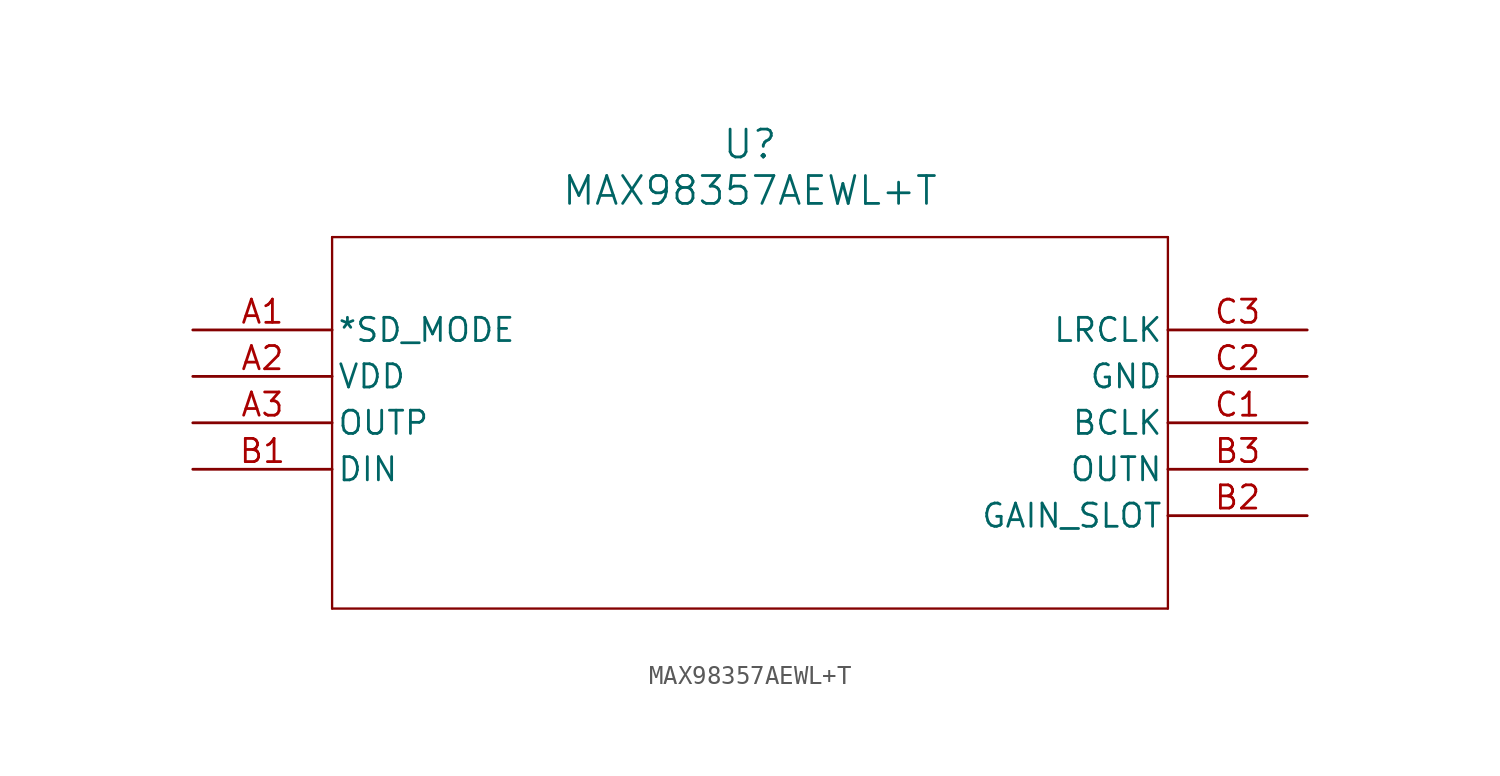
<source format=kicad_sym>
(kicad_symbol_lib
  (version 20211014)
  (generator kicad_symbol_editor)
  (symbol "MAX98357AEWL+T"
    (pin_names
      (offset 0.254))
    (property "Reference" "U"
      (at 30.48 10.16 0)
      (effects (font (size 1.524 1.524))))
    (property "Value" "MAX98357AEWL+T"
      (at 30.48 7.62 0)
      (effects (font (size 1.524 1.524))))
    (symbol "MAX98357AEWL+T_0_1"
      (polyline (pts (xy 7.62 5.08) (xy 7.62 -15.24)) (stroke (width 0.127) (type default) (color 0 0 0 0)) (fill (type none)))
      (polyline (pts (xy 7.62 -15.24) (xy 53.34 -15.24)) (stroke (width 0.127) (type default) (color 0 0 0 0)) (fill (type none)))
      (polyline (pts (xy 53.34 -15.24) (xy 53.34 5.08)) (stroke (width 0.127) (type default) (color 0 0 0 0)) (fill (type none)))
      (polyline (pts (xy 53.34 5.08) (xy 7.62 5.08)) (stroke (width 0.127) (type default) (color 0 0 0 0)) (fill (type none)))
      (pin unspecified line (at 0 0 0) (length 7.62) (name "*SD_MODE" (effects (font (size 1.27 1.27)))) (number "A1" (effects (font (size 1.27 1.27)))))
      (pin power_in line (at 0 -2.54 0) (length 7.62) (name "VDD" (effects (font (size 1.27 1.27)))) (number "A2" (effects (font (size 1.27 1.27)))))
      (pin output line (at 0 -5.08 0) (length 7.62) (name "OUTP" (effects (font (size 1.27 1.27)))) (number "A3" (effects (font (size 1.27 1.27)))))
      (pin unspecified line (at 0 -7.62 0) (length 7.62) (name "DIN" (effects (font (size 1.27 1.27)))) (number "B1" (effects (font (size 1.27 1.27)))))
      (pin unspecified line (at 60.96 -10.16 180) (length 7.62) (name "GAIN_SLOT" (effects (font (size 1.27 1.27)))) (number "B2" (effects (font (size 1.27 1.27)))))
      (pin output line (at 60.96 -7.62 180) (length 7.62) (name "OUTN" (effects (font (size 1.27 1.27)))) (number "B3" (effects (font (size 1.27 1.27)))))
      (pin unspecified line (at 60.96 -5.08 180) (length 7.62) (name "BCLK" (effects (font (size 1.27 1.27)))) (number "C1" (effects (font (size 1.27 1.27)))))
      (pin power_out line (at 60.96 -2.54 180) (length 7.62) (name "GND" (effects (font (size 1.27 1.27)))) (number "C2" (effects (font (size 1.27 1.27)))))
      (pin unspecified line (at 60.96 0 180) (length 7.62) (name "LRCLK" (effects (font (size 1.27 1.27)))) (number "C3" (effects (font (size 1.27 1.27))))))))
</source>
